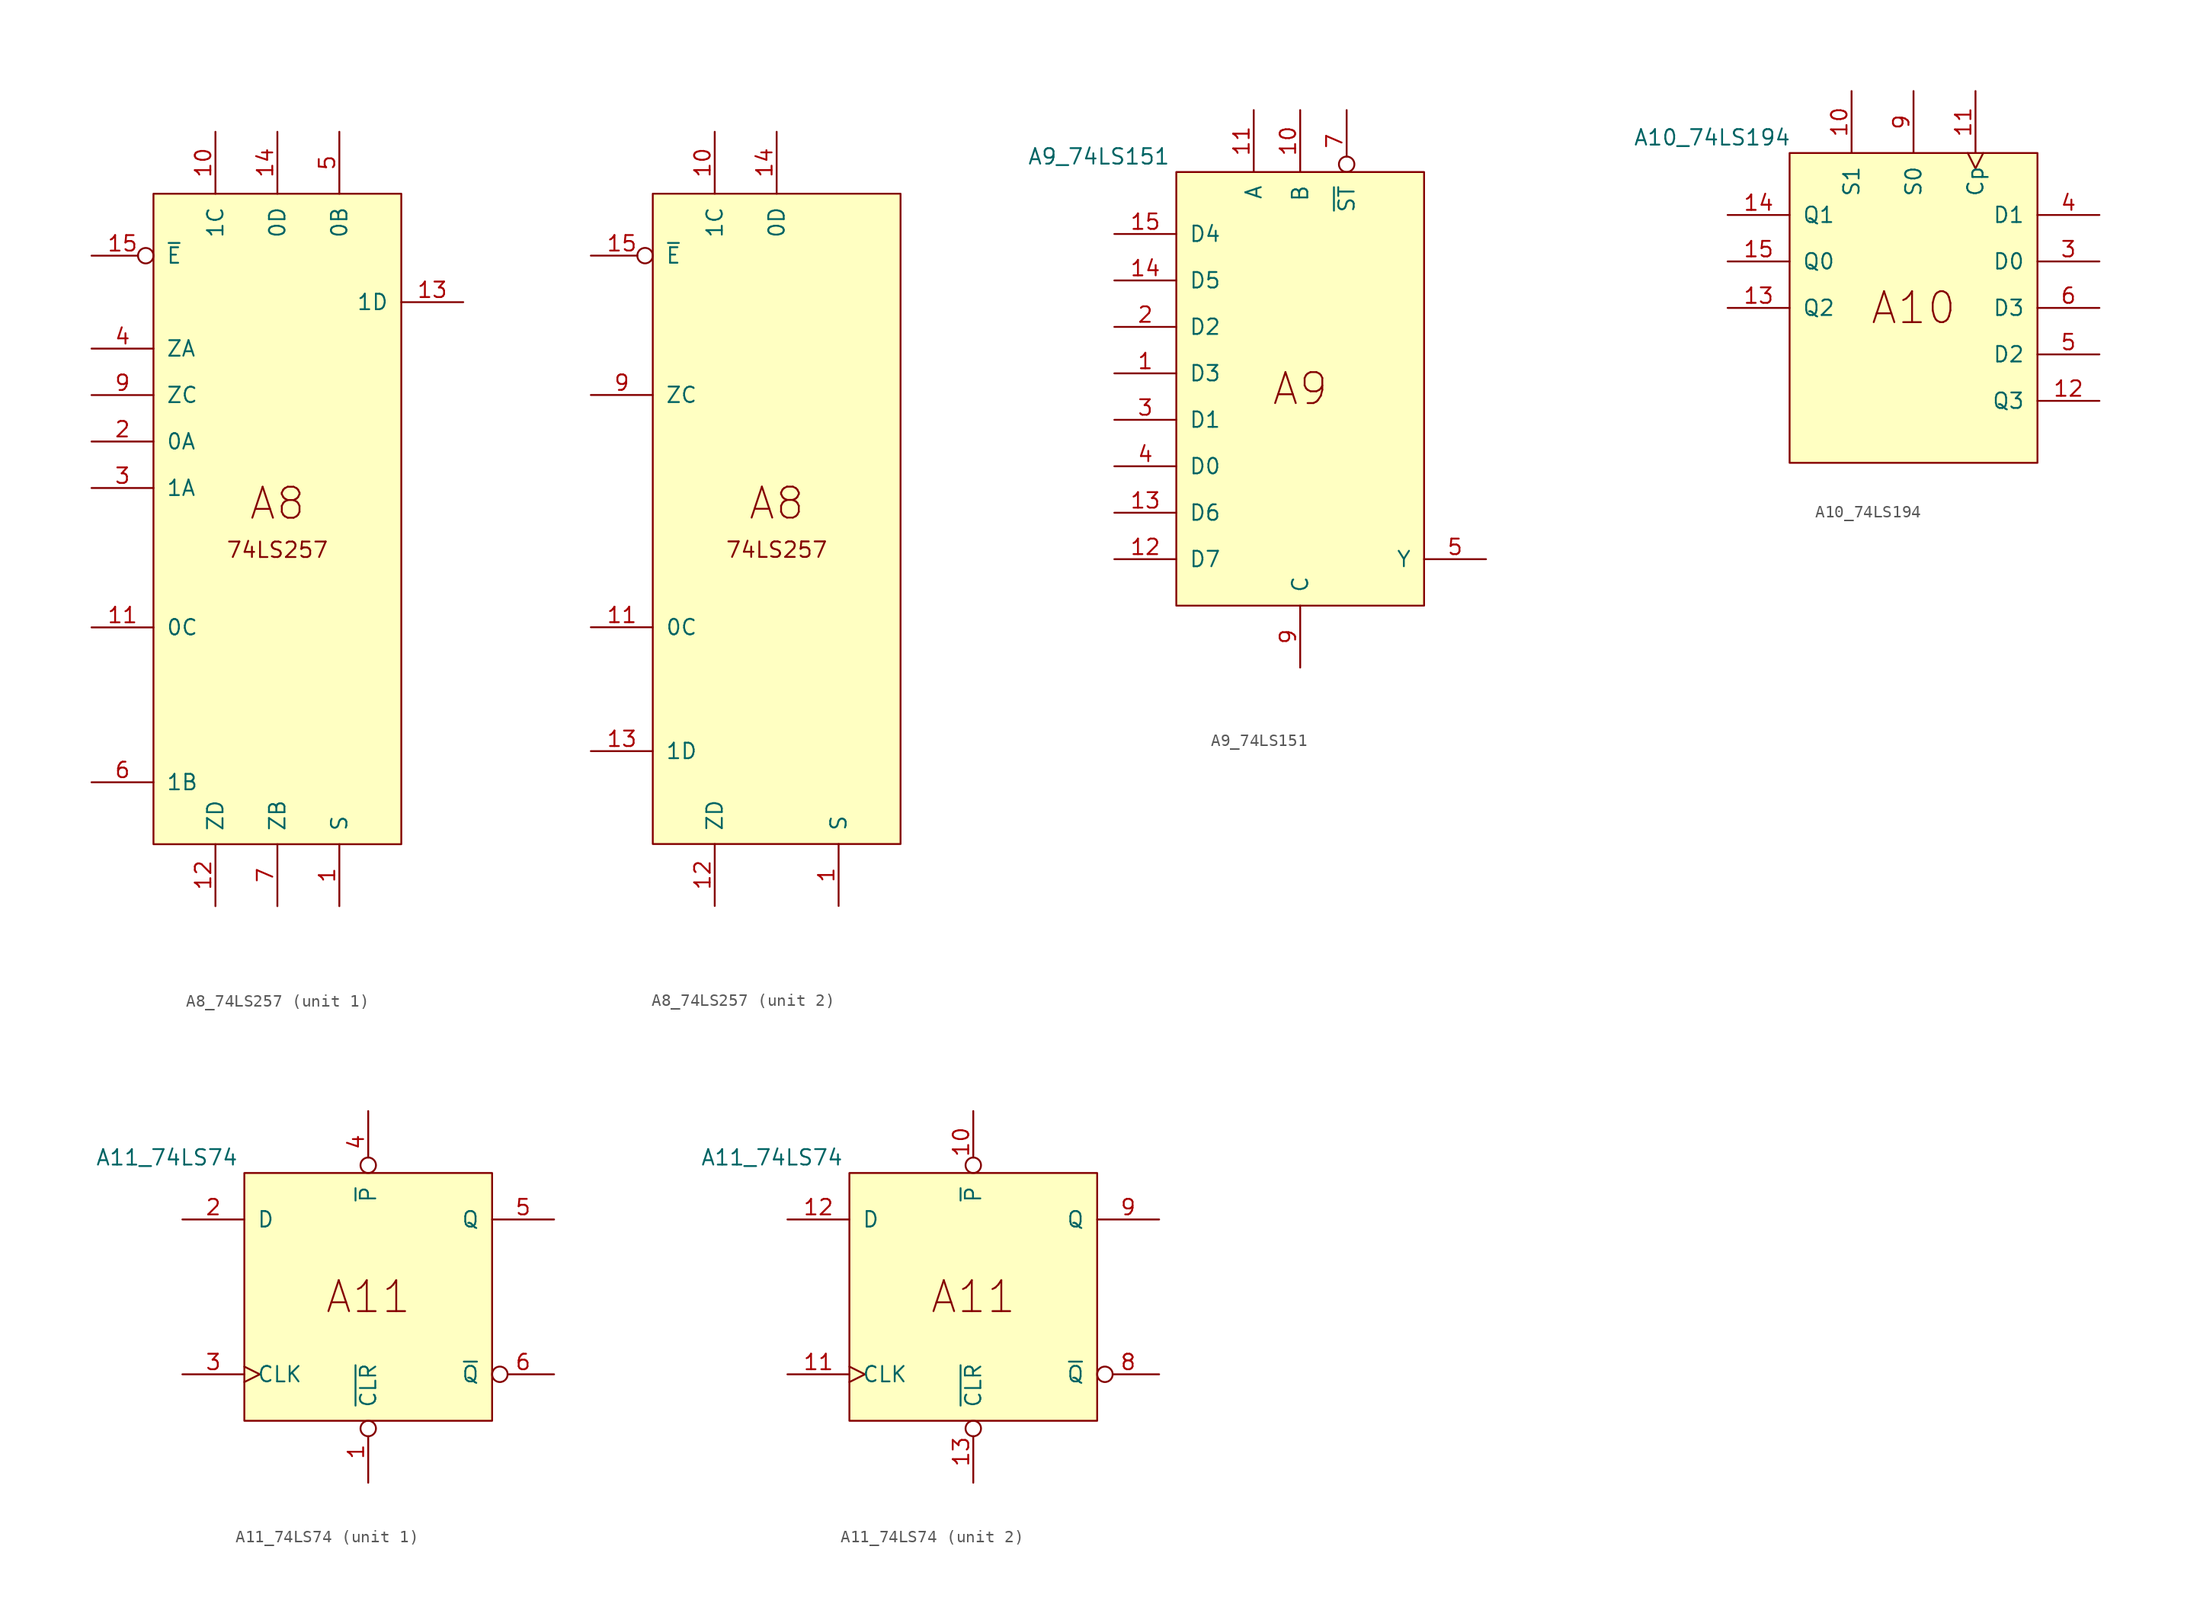
<source format=kicad_sym>
(kicad_symbol_lib
  (version 20211014)
  (generator kicad_symbol_editor)
  (symbol "A8_74LS257"
    (pin_names
      (offset 1.016))
    (property "Reference" "U"
      (at -73.66 40.64 0)
      (effects (font (size 1.27 1.27)) hide))
    (symbol "A8_74LS257_0_0"
      (text "74LS257" (at 10.16 -29.21 0) (effects (font (size 1.27 1.27))))
      (text "A8" (at 10.16 -25.4 0) (effects (font (size 2.54 2.54)))))
    (symbol "A8_74LS257_0_1"
      (rectangle (start 0 0) (end 20.32 -53.34) (stroke (width 0) (type default) (color 0 0 0 0)) (fill (type background))))
    (symbol "A8_74LS257_1_0"
      (pin input line (at 15.24 -58.42 90) (length 5.08) (name "S" (effects (font (size 1.27 1.27)))) (number "1" (effects (font (size 1.27 1.27)))))
      (pin input line (at 5.08 5.08 270) (length 5.08) (name "1C" (effects (font (size 1.27 1.27)))) (number "10" (effects (font (size 1.27 1.27)))))
      (pin input line (at -5.08 -35.56 0) (length 5.08) (name "0C" (effects (font (size 1.27 1.27)))) (number "11" (effects (font (size 1.27 1.27)))))
      (pin tri_state line (at 5.08 -58.42 90) (length 5.08) (name "ZD" (effects (font (size 1.27 1.27)))) (number "12" (effects (font (size 1.27 1.27)))))
      (pin input line (at 25.4 -8.89 180) (length 5.08) (name "1D" (effects (font (size 1.27 1.27)))) (number "13" (effects (font (size 1.27 1.27)))))
      (pin input line (at 10.16 5.08 270) (length 5.08) (name "0D" (effects (font (size 1.27 1.27)))) (number "14" (effects (font (size 1.27 1.27)))))
      (pin input inverted (at -5.08 -5.08 0) (length 5.08) (name "~{E}" (effects (font (size 1.27 1.27)))) (number "15" (effects (font (size 1.27 1.27)))))
      (pin input line (at -5.08 -20.32 0) (length 5.08) (name "0A" (effects (font (size 1.27 1.27)))) (number "2" (effects (font (size 1.27 1.27)))))
      (pin input line (at -5.08 -24.13 0) (length 5.08) (name "1A" (effects (font (size 1.27 1.27)))) (number "3" (effects (font (size 1.27 1.27)))))
      (pin tri_state line (at -5.08 -12.7 0) (length 5.08) (name "ZA" (effects (font (size 1.27 1.27)))) (number "4" (effects (font (size 1.27 1.27)))))
      (pin input line (at 15.24 5.08 270) (length 5.08) (name "0B" (effects (font (size 1.27 1.27)))) (number "5" (effects (font (size 1.27 1.27)))))
      (pin input line (at -5.08 -48.26 0) (length 5.08) (name "1B" (effects (font (size 1.27 1.27)))) (number "6" (effects (font (size 1.27 1.27)))))
      (pin tri_state line (at 10.16 -58.42 90) (length 5.08) (name "ZB" (effects (font (size 1.27 1.27)))) (number "7" (effects (font (size 1.27 1.27)))))
      (pin tri_state line (at -5.08 -16.51 0) (length 5.08) (name "ZC" (effects (font (size 1.27 1.27)))) (number "9" (effects (font (size 1.27 1.27))))))
    (symbol "A8_74LS257_2_0"
      (pin input line (at 15.24 -58.42 90) (length 5.08) (name "S" (effects (font (size 1.27 1.27)))) (number "1" (effects (font (size 1.27 1.27)))))
      (pin input line (at 5.08 5.08 270) (length 5.08) (name "1C" (effects (font (size 1.27 1.27)))) (number "10" (effects (font (size 1.27 1.27)))))
      (pin input line (at -5.08 -35.56 0) (length 5.08) (name "0C" (effects (font (size 1.27 1.27)))) (number "11" (effects (font (size 1.27 1.27)))))
      (pin tri_state line (at 5.08 -58.42 90) (length 5.08) (name "ZD" (effects (font (size 1.27 1.27)))) (number "12" (effects (font (size 1.27 1.27)))))
      (pin input line (at -5.08 -45.72 0) (length 5.08) (name "1D" (effects (font (size 1.27 1.27)))) (number "13" (effects (font (size 1.27 1.27)))))
      (pin input line (at 10.16 5.08 270) (length 5.08) (name "0D" (effects (font (size 1.27 1.27)))) (number "14" (effects (font (size 1.27 1.27)))))
      (pin input inverted (at -5.08 -5.08 0) (length 5.08) (name "~{E}" (effects (font (size 1.27 1.27)))) (number "15" (effects (font (size 1.27 1.27)))))
      (pin tri_state line (at -5.08 -16.51 0) (length 5.08) (name "ZC" (effects (font (size 1.27 1.27)))) (number "9" (effects (font (size 1.27 1.27)))))))
  (symbol "A9_74LS151"
    (pin_names
      (offset 1.016))
    (property "Reference" "U"
      (at -40.64 29.21 0)
      (effects (font (size 1.27 1.27)) hide))
    (property "Value" "A9_74LS151"
      (at -6.35 1.27 0)
      (effects (font (size 1.27 1.27))))
    (symbol "A9_74LS151_0_0"
      (text "A9" (at 10.16 -17.78 0) (effects (font (size 2.54 2.54)))))
    (symbol "A9_74LS151_0_1"
      (rectangle (start 0 0) (end 20.32 -35.56) (stroke (width 0) (type default) (color 0 0 0 0)) (fill (type background))))
    (symbol "A9_74LS151_1_0"
      (pin input line (at -5.08 -16.51 0) (length 5.08) (name "D3" (effects (font (size 1.27 1.27)))) (number "1" (effects (font (size 1.27 1.27)))))
      (pin input line (at 10.16 5.08 270) (length 5.08) (name "B" (effects (font (size 1.27 1.27)))) (number "10" (effects (font (size 1.27 1.27)))))
      (pin input line (at 6.35 5.08 270) (length 5.08) (name "A" (effects (font (size 1.27 1.27)))) (number "11" (effects (font (size 1.27 1.27)))))
      (pin input line (at -5.08 -31.75 0) (length 5.08) (name "D7" (effects (font (size 1.27 1.27)))) (number "12" (effects (font (size 1.27 1.27)))))
      (pin input line (at -5.08 -27.94 0) (length 5.08) (name "D6" (effects (font (size 1.27 1.27)))) (number "13" (effects (font (size 1.27 1.27)))))
      (pin input line (at -5.08 -8.89 0) (length 5.08) (name "D5" (effects (font (size 1.27 1.27)))) (number "14" (effects (font (size 1.27 1.27)))))
      (pin input line (at -5.08 -5.08 0) (length 5.08) (name "D4" (effects (font (size 1.27 1.27)))) (number "15" (effects (font (size 1.27 1.27)))))
      (pin input line (at -5.08 -12.7 0) (length 5.08) (name "D2" (effects (font (size 1.27 1.27)))) (number "2" (effects (font (size 1.27 1.27)))))
      (pin input line (at -5.08 -20.32 0) (length 5.08) (name "D1" (effects (font (size 1.27 1.27)))) (number "3" (effects (font (size 1.27 1.27)))))
      (pin input line (at -5.08 -24.13 0) (length 5.08) (name "D0" (effects (font (size 1.27 1.27)))) (number "4" (effects (font (size 1.27 1.27)))))
      (pin output line (at 25.4 -31.75 180) (length 5.08) (name "Y" (effects (font (size 1.27 1.27)))) (number "5" (effects (font (size 1.27 1.27)))))
      (pin input inverted (at 13.97 5.08 270) (length 5.08) (name "~{ST}" (effects (font (size 1.27 1.27)))) (number "7" (effects (font (size 1.27 1.27)))))
      (pin input line (at 10.16 -40.64 90) (length 5.08) (name "C" (effects (font (size 1.27 1.27)))) (number "9" (effects (font (size 1.27 1.27)))))))
  (symbol "A10_74LS194"
    (pin_names
      (offset 1.016))
    (property "Reference" "U"
      (at -39.37 30.48 0)
      (effects (font (size 1.27 1.27)) hide))
    (property "Value" "A10_74LS194"
      (at -6.35 1.27 0)
      (effects (font (size 1.27 1.27))))
    (symbol "A10_74LS194_0_0"
      (text "A10" (at 10.16 -12.7 0) (effects (font (size 2.54 2.54)))))
    (symbol "A10_74LS194_0_1"
      (rectangle (start 0 0) (end 20.32 -25.4) (stroke (width 0) (type default) (color 0 0 0 0)) (fill (type background))))
    (symbol "A10_74LS194_1_0"
      (pin input line (at 5.08 5.08 270) (length 5.08) (name "S1" (effects (font (size 1.27 1.27)))) (number "10" (effects (font (size 1.27 1.27)))))
      (pin input clock (at 15.24 5.08 270) (length 5.08) (name "Cp" (effects (font (size 1.27 1.27)))) (number "11" (effects (font (size 1.27 1.27)))))
      (pin output line (at 25.4 -20.32 180) (length 5.08) (name "Q3" (effects (font (size 1.27 1.27)))) (number "12" (effects (font (size 1.27 1.27)))))
      (pin output line (at -5.08 -12.7 0) (length 5.08) (name "Q2" (effects (font (size 1.27 1.27)))) (number "13" (effects (font (size 1.27 1.27)))))
      (pin output line (at -5.08 -5.08 0) (length 5.08) (name "Q1" (effects (font (size 1.27 1.27)))) (number "14" (effects (font (size 1.27 1.27)))))
      (pin output line (at -5.08 -8.89 0) (length 5.08) (name "Q0" (effects (font (size 1.27 1.27)))) (number "15" (effects (font (size 1.27 1.27)))))
      (pin input line (at 25.4 -8.89 180) (length 5.08) (name "D0" (effects (font (size 1.27 1.27)))) (number "3" (effects (font (size 1.27 1.27)))))
      (pin input line (at 25.4 -5.08 180) (length 5.08) (name "D1" (effects (font (size 1.27 1.27)))) (number "4" (effects (font (size 1.27 1.27)))))
      (pin input line (at 25.4 -16.51 180) (length 5.08) (name "D2" (effects (font (size 1.27 1.27)))) (number "5" (effects (font (size 1.27 1.27)))))
      (pin input line (at 25.4 -12.7 180) (length 5.08) (name "D3" (effects (font (size 1.27 1.27)))) (number "6" (effects (font (size 1.27 1.27)))))
      (pin input line (at 10.16 5.08 270) (length 5.08) (name "S0" (effects (font (size 1.27 1.27)))) (number "9" (effects (font (size 1.27 1.27)))))))
  (symbol "A11_74LS74"
    (pin_names
      (offset 1.016))
    (property "Reference" "U"
      (at -50.8 22.86 0)
      (effects (font (size 1.27 1.27)) hide))
    (property "Value" "A11_74LS74"
      (at -6.35 1.27 0)
      (effects (font (size 1.27 1.27))))
    (property "ki_locked" ""
      (at 0 0 0)
      (effects (font (size 1.27 1.27))))
    (symbol "A11_74LS74_0_0"
      (text "A11" (at 10.16 -10.16 0) (effects (font (size 2.54 2.54)))))
    (symbol "A11_74LS74_0_1"
      (rectangle (start 0 0) (end 20.32 -20.32) (stroke (width 0) (type default) (color 0 0 0 0)) (fill (type background))))
    (symbol "A11_74LS74_1_0"
      (pin input inverted (at 10.16 -25.4 90) (length 5.08) (name "~{CLR}" (effects (font (size 1.27 1.27)))) (number "1" (effects (font (size 1.27 1.27)))))
      (pin input line (at -5.08 -3.81 0) (length 5.08) (name "D" (effects (font (size 1.27 1.27)))) (number "2" (effects (font (size 1.27 1.27)))))
      (pin input clock (at -5.08 -16.51 0) (length 5.08) (name "CLK" (effects (font (size 1.27 1.27)))) (number "3" (effects (font (size 1.27 1.27)))))
      (pin input inverted (at 10.16 5.08 270) (length 5.08) (name "~{P}" (effects (font (size 1.27 1.27)))) (number "4" (effects (font (size 1.27 1.27)))))
      (pin output line (at 25.4 -3.81 180) (length 5.08) (name "Q" (effects (font (size 1.27 1.27)))) (number "5" (effects (font (size 1.27 1.27)))))
      (pin output inverted (at 25.4 -16.51 180) (length 5.08) (name "~{Q}" (effects (font (size 1.27 1.27)))) (number "6" (effects (font (size 1.27 1.27))))))
    (symbol "A11_74LS74_2_0"
      (pin input inverted (at 10.16 5.08 270) (length 5.08) (name "~{P}" (effects (font (size 1.27 1.27)))) (number "10" (effects (font (size 1.27 1.27)))))
      (pin input clock (at -5.08 -16.51 0) (length 5.08) (name "CLK" (effects (font (size 1.27 1.27)))) (number "11" (effects (font (size 1.27 1.27)))))
      (pin input line (at -5.08 -3.81 0) (length 5.08) (name "D" (effects (font (size 1.27 1.27)))) (number "12" (effects (font (size 1.27 1.27)))))
      (pin input inverted (at 10.16 -25.4 90) (length 5.08) (name "~{CLR}" (effects (font (size 1.27 1.27)))) (number "13" (effects (font (size 1.27 1.27)))))
      (pin output inverted (at 25.4 -16.51 180) (length 5.08) (name "~{Q}" (effects (font (size 1.27 1.27)))) (number "8" (effects (font (size 1.27 1.27)))))
      (pin output line (at 25.4 -3.81 180) (length 5.08) (name "Q" (effects (font (size 1.27 1.27)))) (number "9" (effects (font (size 1.27 1.27))))))))
</source>
